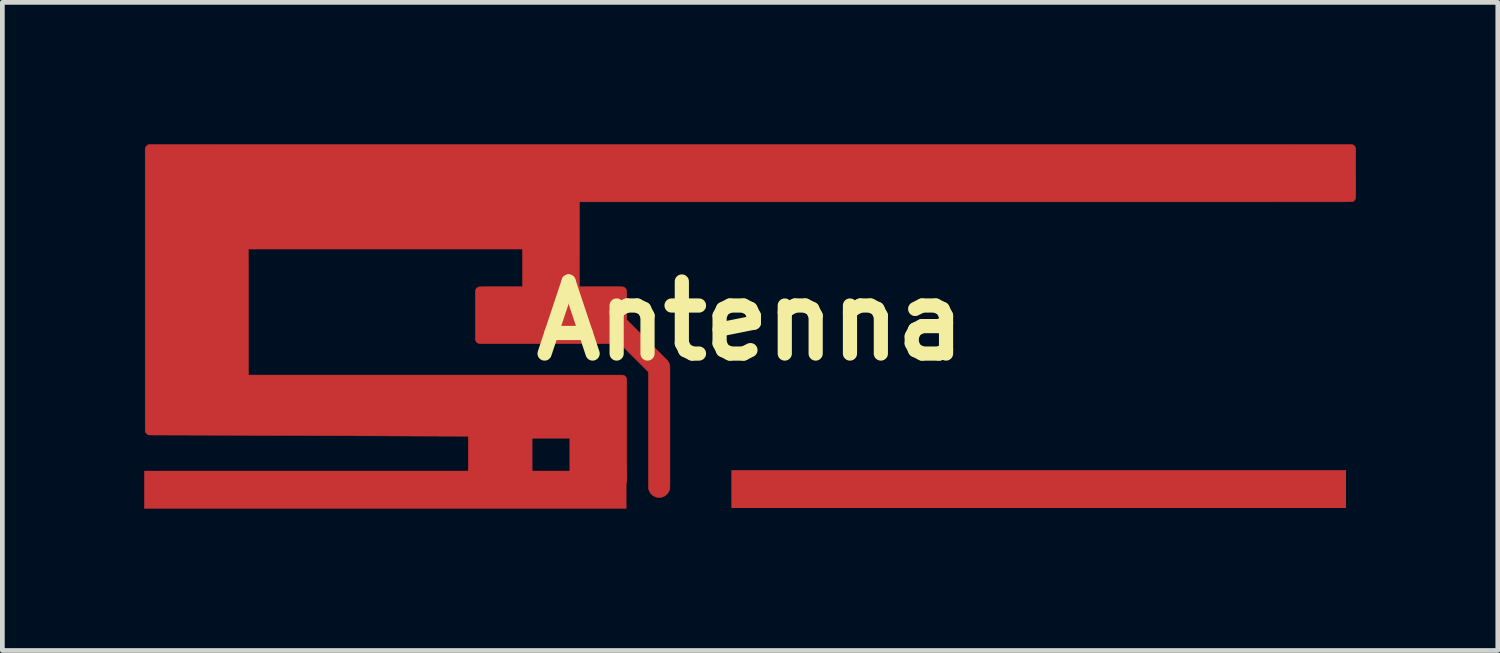
<source format=kicad_pcb>
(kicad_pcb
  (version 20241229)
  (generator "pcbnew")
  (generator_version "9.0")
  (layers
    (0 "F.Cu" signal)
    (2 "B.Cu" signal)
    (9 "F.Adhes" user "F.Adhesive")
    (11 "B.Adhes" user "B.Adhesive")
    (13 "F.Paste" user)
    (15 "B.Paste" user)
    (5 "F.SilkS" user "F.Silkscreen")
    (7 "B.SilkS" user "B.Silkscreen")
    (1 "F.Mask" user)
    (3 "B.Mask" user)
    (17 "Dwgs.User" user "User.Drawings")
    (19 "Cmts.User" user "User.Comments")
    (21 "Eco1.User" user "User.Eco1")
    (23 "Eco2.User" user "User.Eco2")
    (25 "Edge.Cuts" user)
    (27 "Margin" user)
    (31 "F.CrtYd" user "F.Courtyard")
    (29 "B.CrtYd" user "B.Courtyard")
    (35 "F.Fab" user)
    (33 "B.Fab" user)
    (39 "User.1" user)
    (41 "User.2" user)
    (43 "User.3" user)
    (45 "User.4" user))
  (footprint "Antenna"
    (layer "F.Cu")
    (at 12.822 3.738)
    (property "Reference" "Antenna" (at 0 0 0) (layer "F.SilkS") (effects (font (size 1.524 1.524) (thickness 0.3))))
    (attr through_hole)
    (fp_poly (pts (xy 1.294 -3.733) (xy 1.501 -3.733) (xy 1.705 -3.733) (xy 1.907 -3.733) (xy 2.107 -3.733) (xy 2.304 -3.733) (xy 2.498 -3.733) (xy 2.691 -3.733) (xy 2.881 -3.733) (xy 3.068 -3.733) (xy 3.254 -3.733) (xy 3.436 -3.733) (xy 3.617 -3.733) (xy 3.795 -3.733) (xy 3.971 -3.733) (xy 4.145 -3.733) (xy 4.317 -3.733) (xy 4.486 -3.733) (xy 4.653 -3.733) (xy 4.818 -3.733) (xy 4.98 -3.733) (xy 5.141 -3.733) (xy 5.299 -3.733) (xy 5.455 -3.733) (xy 5.609 -3.733) (xy 5.76 -3.733) (xy 5.91 -3.733) (xy 6.058 -3.733) (xy 6.203 -3.733) (xy 6.347 -3.733) (xy 6.488 -3.733) (xy 6.627 -3.733) (xy 6.764 -3.733) (xy 6.9 -3.733) (xy 7.033 -3.733) (xy 7.164 -3.733) (xy 7.293 -3.733) (xy 7.421 -3.733) (xy 7.546 -3.733) (xy 7.67 -3.733) (xy 7.791 -3.733) (xy 7.911 -3.733) (xy 8.028 -3.733) (xy 8.144 -3.733) (xy 8.258 -3.733) (xy 8.37 -3.733) (xy 8.481 -3.733) (xy 8.589 -3.733) (xy 8.696 -3.733) (xy 8.801 -3.733) (xy 8.904 -3.733) (xy 9.005 -3.733) (xy 9.105 -3.733) (xy 9.203 -3.733) (xy 9.299 -3.733) (xy 9.393 -3.733) (xy 9.486 -3.733) (xy 9.577 -3.733) (xy 9.667 -3.733) (xy 9.755 -3.733) (xy 9.841 -3.733) (xy 9.925 -3.733) (xy 10.008 -3.733) (xy 10.09 -3.733) (xy 10.17 -3.733) (xy 10.248 -3.733) (xy 10.324 -3.733) (xy 10.4 -3.733) (xy 10.473 -3.733) (xy 10.545 -3.733) (xy 10.616 -3.733) (xy 10.685 -3.733) (xy 10.753 -3.733) (xy 10.819 -3.733) (xy 10.884 -3.733) (xy 10.948 -3.733) (xy 11.01 -3.733) (xy 11.07 -3.733) (xy 11.129 -3.733) (xy 11.187 -3.733) (xy 11.244 -3.733) (xy 11.299 -3.733) (xy 11.353 -3.733) (xy 11.406 -3.733) (xy 11.457 -3.732) (xy 11.507 -3.732) (xy 11.556 -3.732) (xy 11.603 -3.732) (xy 11.65 -3.732) (xy 11.695 -3.732) (xy 11.739 -3.732) (xy 11.781 -3.732) (xy 11.823 -3.732) (xy 11.863 -3.732) (xy 11.902 -3.732) (xy 11.941 -3.732) (xy 11.978 -3.732) (xy 12.013 -3.732) (xy 12.048 -3.732) (xy 12.082 -3.732) (xy 12.115 -3.732) (xy 12.146 -3.732) (xy 12.177 -3.732) (xy 12.206 -3.732) (xy 12.235 -3.732) (xy 12.262 -3.732) (xy 12.289 -3.732) (xy 12.315 -3.732) (xy 12.339 -3.732) (xy 12.363 -3.732) (xy 12.386 -3.732) (xy 12.408 -3.732) (xy 12.429 -3.732) (xy 12.449 -3.732) (xy 12.469 -3.732) (xy 12.487 -3.732) (xy 12.505 -3.732) (xy 12.521 -3.732) (xy 12.537 -3.732) (xy 12.553 -3.732) (xy 12.567 -3.732) (xy 12.581 -3.732) (xy 12.594 -3.732) (xy 12.606 -3.732) (xy 12.618 -3.732) (xy 12.628 -3.732) (xy 12.639 -3.732) (xy 12.648 -3.732) (xy 12.657 -3.732) (xy 12.665 -3.732) (xy 12.673 -3.732) (xy 12.679 -3.732) (xy 12.686 -3.731) (xy 12.691 -3.731) (xy 12.697 -3.731) (xy 12.701 -3.731) (xy 12.705 -3.731) (xy 12.709 -3.731) (xy 12.712 -3.731) (xy 12.714 -3.731) (xy 12.716 -3.731) (xy 12.718 -3.731) (xy 12.719 -3.731) (xy 12.719 -3.731) (xy 12.72 -3.731) (xy 12.735 -3.727) (xy 12.75 -3.72) (xy 12.763 -3.711) (xy 12.775 -3.7) (xy 12.784 -3.688) (xy 12.793 -3.673) (xy 12.798 -3.659) (xy 12.801 -3.65) (xy 12.801 -3.131) (xy 12.802 -3.087) (xy 12.802 -3.046) (xy 12.802 -3.007) (xy 12.802 -2.97) (xy 12.802 -2.936) (xy 12.802 -2.904) (xy 12.802 -2.874) (xy 12.802 -2.846) (xy 12.802 -2.821) (xy 12.802 -2.797) (xy 12.802 -2.774) (xy 12.802 -2.754) (xy 12.802 -2.735) (xy 12.802 -2.718) (xy 12.801 -2.703) (xy 12.801 -2.688) (xy 12.801 -2.676) (xy 12.801 -2.664) (xy 12.801 -2.654) (xy 12.801 -2.645) (xy 12.801 -2.637) (xy 12.801 -2.63) (xy 12.801 -2.624) (xy 12.801 -2.619) (xy 12.801 -2.615) (xy 12.801 -2.611) (xy 12.8 -2.608) (xy 12.8 -2.606) (xy 12.8 -2.604) (xy 12.8 -2.602) (xy 12.8 -2.601) (xy 12.8 -2.601) (xy 12.796 -2.586) (xy 12.789 -2.572) (xy 12.781 -2.559) (xy 12.77 -2.547) (xy 12.769 -2.546) (xy 12.756 -2.536) (xy 12.743 -2.528) (xy 12.728 -2.523) (xy 12.724 -2.522) (xy 12.724 -2.522) (xy 12.724 -2.522) (xy 12.724 -2.522) (xy 12.723 -2.522) (xy 12.723 -2.522) (xy 12.722 -2.522) (xy 12.722 -2.522) (xy 12.721 -2.522) (xy 12.72 -2.521) (xy 12.719 -2.521) (xy 12.718 -2.521) (xy 12.716 -2.521) (xy 12.714 -2.521) (xy 12.712 -2.521) (xy 12.71 -2.521) (xy 12.708 -2.521) (xy 12.705 -2.521) (xy 12.702 -2.521) (xy 12.698 -2.521) (xy 12.695 -2.521) (xy 12.69 -2.521) (xy 12.686 -2.521) (xy 12.681 -2.521) (xy 12.676 -2.521) (xy 12.67 -2.521) (xy 12.663 -2.521) (xy 12.657 -2.521) (xy 12.649 -2.521) (xy 12.641 -2.521) (xy 12.633 -2.521) (xy 12.624 -2.521) (xy 12.615 -2.521) (xy 12.605 -2.52) (xy 12.594 -2.52) (xy 12.583 -2.52) (xy 12.571 -2.52) (xy 12.558 -2.52) (xy 12.545 -2.52) (xy 12.53 -2.52) (xy 12.516 -2.52) (xy 12.5 -2.52) (xy 12.484 -2.52) (xy 12.467 -2.52) (xy 12.449 -2.52) (xy 12.43 -2.52) (xy 12.411 -2.52) (xy 12.39 -2.52) (xy 12.369 -2.52) (xy 12.347 -2.52) (xy 12.324 -2.52) (xy 12.3 -2.52) (xy 12.275 -2.52) (xy 12.249 -2.52) (xy 12.222 -2.52) (xy 12.194 -2.52) (xy 12.165 -2.52) (xy 12.135 -2.52) (xy 12.104 -2.52) (xy 12.072 -2.52) (xy 12.039 -2.52) (xy 12.005 -2.52) (xy 11.969 -2.52) (xy 11.933 -2.52) (xy 11.895 -2.52) (xy 11.856 -2.52) (xy 11.816 -2.52) (xy 11.775 -2.52) (xy 11.732 -2.52) (xy 11.688 -2.52) (xy 11.643 -2.52) (xy 11.597 -2.52) (xy 11.549 -2.52) (xy 11.5 -2.52) (xy 11.449 -2.52) (xy 11.397 -2.52) (xy 11.344 -2.52) (xy 11.289 -2.52) (xy 11.233 -2.52) (xy 11.176 -2.52) (xy 11.117 -2.52) (xy 11.056 -2.519) (xy 10.994 -2.519) (xy 10.931 -2.519) (xy 10.866 -2.519) (xy 10.799 -2.519) (xy 10.731 -2.519) (xy 10.661 -2.519) (xy 10.59 -2.519) (xy 10.517 -2.519) (xy 10.442 -2.519) (xy 10.366 -2.519) (xy 10.288 -2.519) (xy 10.208 -2.519) (xy 10.127 -2.519) (xy 10.043 -2.519) (xy 9.958 -2.519) (xy 9.872 -2.519) (xy 9.783 -2.519) (xy 9.693 -2.519) (xy 9.6 -2.519) (xy 9.506 -2.519) (xy 9.41 -2.519) (xy 9.313 -2.519) (xy 9.213 -2.519) (xy 9.111 -2.519) (xy 9.008 -2.519) (xy 8.902 -2.519) (xy 8.794 -2.519) (xy 8.685 -2.519) (xy 8.573 -2.519) (xy 8.46 -2.519) (xy 8.344 -2.519) (xy 8.226 -2.519) (xy 8.106 -2.519) (xy 7.984 -2.519) (xy 7.86 -2.519) (xy 7.734 -2.519) (xy 7.605 -2.519) (xy 7.475 -2.519) (xy 7.342 -2.519) (xy 7.207 -2.519) (xy 7.069 -2.519) (xy 6.93 -2.519) (xy 6.788 -2.519) (xy 6.644 -2.519) (xy 6.497 -2.519) (xy 6.348 -2.519) (xy 6.197 -2.519) (xy 6.044 -2.519) (xy 5.888 -2.519) (xy 5.729 -2.519) (xy 5.569 -2.519) (xy 5.405 -2.519) (xy 5.24 -2.519) (xy 5.071 -2.519) (xy 4.901 -2.519) (xy 4.728 -2.519) (xy 4.552 -2.519) (xy 4.548 -2.519) (xy -3.617 -2.519) (xy -3.617 -1.621) (xy -3.618 -0.723) (xy -3.163 -0.723) (xy -3.122 -0.723) (xy -3.084 -0.723) (xy -3.048 -0.723) (xy -3.014 -0.723) (xy -2.983 -0.723) (xy -2.953 -0.723) (xy -2.926 -0.723) (xy -2.901 -0.723) (xy -2.877 -0.723) (xy -2.856 -0.723) (xy -2.836 -0.723) (xy -2.818 -0.723) (xy -2.801 -0.723) (xy -2.786 -0.723) (xy -2.773 -0.723) (xy -2.76 -0.723) (xy -2.75 -0.723) (xy -2.74 -0.723) (xy -2.731 -0.722) (xy -2.724 -0.722) (xy -2.717 -0.722) (xy -2.711 -0.722) (xy -2.707 -0.721) (xy -2.702 -0.721) (xy -2.699 -0.721) (xy -2.696 -0.721) (xy -2.693 -0.72) (xy -2.691 -0.72) (xy -2.689 -0.719) (xy -2.688 -0.719) (xy -2.686 -0.718) (xy -2.685 -0.718) (xy -2.684 -0.717) (xy -2.682 -0.717) (xy -2.681 -0.716) (xy -2.68 -0.716) (xy -2.667 -0.709) (xy -2.654 -0.701) (xy -2.643 -0.69) (xy -2.634 -0.678) (xy -2.626 -0.665) (xy -2.624 -0.659) (xy -2.623 -0.657) (xy -2.622 -0.656) (xy -2.621 -0.654) (xy -2.621 -0.653) (xy -2.62 -0.651) (xy -2.62 -0.649) (xy -2.619 -0.647) (xy -2.619 -0.644) (xy -2.619 -0.641) (xy -2.618 -0.637) (xy -2.618 -0.633) (xy -2.618 -0.627) (xy -2.618 -0.621) (xy -2.617 -0.614) (xy -2.617 -0.605) (xy -2.617 -0.595) (xy -2.617 -0.584) (xy -2.617 -0.572) (xy -2.617 -0.558) (xy -2.617 -0.542) (xy -2.617 -0.525) (xy -2.617 -0.506) (xy -2.617 -0.485) (xy -2.617 -0.462) (xy -2.617 -0.437) (xy -2.617 -0.409) (xy -2.617 -0.38) (xy -2.617 -0.348) (xy -2.617 -0.33) (xy -2.617 -0.026) (xy -2.192 0.399) (xy -2.164 0.427) (xy -2.136 0.454) (xy -2.11 0.481) (xy -2.083 0.507) (xy -2.058 0.533) (xy -2.033 0.558) (xy -2.008 0.582) (xy -1.985 0.606) (xy -1.962 0.629) (xy -1.94 0.651) (xy -1.919 0.672) (xy -1.899 0.692) (xy -1.88 0.711) (xy -1.862 0.729) (xy -1.846 0.745) (xy -1.83 0.761) (xy -1.816 0.775) (xy -1.804 0.788) (xy -1.792 0.799) (xy -1.782 0.809) (xy -1.774 0.818) (xy -1.767 0.825) (xy -1.762 0.83) (xy -1.758 0.833) (xy -1.757 0.835) (xy -1.757 0.835) (xy -1.742 0.855) (xy -1.729 0.875) (xy -1.719 0.897) (xy -1.711 0.919) (xy -1.706 0.943) (xy -1.705 0.949) (xy -1.704 0.949) (xy -1.704 0.951) (xy -1.704 0.952) (xy -1.704 0.954) (xy -1.704 0.957) (xy -1.704 0.96) (xy -1.704 0.963) (xy -1.704 0.968) (xy -1.704 0.972) (xy -1.704 0.978) (xy -1.704 0.984) (xy -1.704 0.992) (xy -1.703 1) (xy -1.703 1.009) (xy -1.703 1.019) (xy -1.703 1.03) (xy -1.703 1.041) (xy -1.703 1.054) (xy -1.703 1.069) (xy -1.703 1.084) (xy -1.703 1.101) (xy -1.703 1.118) (xy -1.703 1.138) (xy -1.703 1.158) (xy -1.703 1.18) (xy -1.703 1.203) (xy -1.703 1.228) (xy -1.703 1.255) (xy -1.703 1.283) (xy -1.703 1.312) (xy -1.703 1.344) (xy -1.703 1.377) (xy -1.703 1.412) (xy -1.703 1.448) (xy -1.703 1.487) (xy -1.703 1.527) (xy -1.703 1.57) (xy -1.703 1.614) (xy -1.703 1.661) (xy -1.703 1.71) (xy -1.703 1.76) (xy -1.703 1.813) (xy -1.703 1.868) (xy -1.703 1.926) (xy -1.703 1.986) (xy -1.703 2.048) (xy -1.703 2.18) (xy -1.703 2.243) (xy -1.703 2.313) (xy -1.703 2.38) (xy -1.703 2.444) (xy -1.703 2.506) (xy -1.703 2.566) (xy -1.703 2.623) (xy -1.703 2.679) (xy -1.703 2.731) (xy -1.703 2.782) (xy -1.703 2.831) (xy -1.703 2.877) (xy -1.703 2.921) (xy -1.703 2.964) (xy -1.703 3.004) (xy -1.703 3.043) (xy -1.703 3.079) (xy -1.703 3.114) (xy -1.703 3.147) (xy -1.703 3.178) (xy -1.703 3.208) (xy -1.703 3.236) (xy -1.703 3.262) (xy -1.703 3.287) (xy -1.703 3.31) (xy -1.703 3.332) (xy -1.703 3.353) (xy -1.703 3.372) (xy -1.703 3.389) (xy -1.703 3.406) (xy -1.703 3.421) (xy -1.703 3.435) (xy -1.703 3.448) (xy -1.703 3.46) (xy -1.703 3.471) (xy -1.703 3.481) (xy -1.704 3.49) (xy -1.704 3.498) (xy -1.704 3.505) (xy -1.704 3.511) (xy -1.704 3.516) (xy -1.704 3.521) (xy -1.704 3.525) (xy -1.704 3.529) (xy -1.704 3.532) (xy -1.704 3.534) (xy -1.704 3.536) (xy -1.704 3.537) (xy -1.705 3.538) (xy -1.705 3.539) (xy -1.709 3.562) (xy -1.717 3.585) (xy -1.726 3.607) (xy -1.737 3.627) (xy -1.751 3.646) (xy -1.766 3.664) (xy -1.783 3.68) (xy -1.802 3.694) (xy -1.822 3.706) (xy -1.843 3.717) (xy -1.855 3.721) (xy -1.872 3.726) (xy -1.89 3.73) (xy -1.909 3.733) (xy -1.928 3.734) (xy -1.945 3.734) (xy -1.948 3.733) (xy -1.972 3.73) (xy -1.996 3.724) (xy -2.018 3.716) (xy -2.04 3.706) (xy -2.06 3.693) (xy -2.079 3.679) (xy -2.087 3.671) (xy -2.104 3.654) (xy -2.119 3.635) (xy -2.131 3.614) (xy -2.141 3.593) (xy -2.15 3.569) (xy -2.155 3.549) (xy -2.158 3.535) (xy -2.158 2.307) (xy -2.158 1.079) (xy -2.458 0.779) (xy -2.757 0.48) (xy -4.245 0.48) (xy -4.527 0.48) (xy -4.591 0.48) (xy -4.654 0.48) (xy -4.713 0.48) (xy -4.771 0.48) (xy -4.827 0.48) (xy -4.88 0.48) (xy -4.931 0.48) (xy -4.98 0.48) (xy -5.027 0.48) (xy -5.072 0.48) (xy -5.115 0.48) (xy -5.156 0.48) (xy -5.196 0.48) (xy -5.233 0.48) (xy -5.269 0.48) (xy -5.303 0.48) (xy -5.335 0.48) (xy -5.366 0.48) (xy -5.395 0.48) (xy -5.422 0.48) (xy -5.448 0.48) (xy -5.473 0.48) (xy -5.496 0.48) (xy -5.517 0.48) (xy -5.538 0.48) (xy -5.557 0.48) (xy -5.575 0.48) (xy -5.591 0.48) (xy -5.607 0.48) (xy -5.621 0.48) (xy -5.634 0.48) (xy -5.646 0.479) (xy -5.658 0.479) (xy -5.668 0.479) (xy -5.677 0.479) (xy -5.686 0.479) (xy -5.693 0.479) (xy -5.7 0.479) (xy -5.707 0.479) (xy -5.712 0.479) (xy -5.717 0.479) (xy -5.721 0.479) (xy -5.725 0.479) (xy -5.728 0.479) (xy -5.731 0.479) (xy -5.733 0.478) (xy -5.735 0.478) (xy -5.737 0.478) (xy -5.738 0.478) (xy -5.739 0.478) (xy -5.74 0.478) (xy -5.741 0.478) (xy -5.741 0.478) (xy -5.742 0.478) (xy -5.742 0.478) (xy -5.757 0.472) (xy -5.771 0.465) (xy -5.784 0.456) (xy -5.795 0.445) (xy -5.804 0.432) (xy -5.811 0.417) (xy -5.816 0.403) (xy -5.817 0.402) (xy -5.817 0.401) (xy -5.817 0.399) (xy -5.817 0.397) (xy -5.817 0.394) (xy -5.817 0.39) (xy -5.817 0.386) (xy -5.818 0.381) (xy -5.818 0.375) (xy -5.818 0.369) (xy -5.818 0.361) (xy -5.818 0.352) (xy -5.818 0.342) (xy -5.818 0.33) (xy -5.818 0.317) (xy -5.818 0.303) (xy -5.818 0.288) (xy -5.818 0.271) (xy -5.818 0.252) (xy -5.818 0.231) (xy -5.818 0.209) (xy -5.818 0.185) (xy -5.818 0.159) (xy -5.818 0.131) (xy -5.818 0.101) (xy -5.818 0.069) (xy -5.818 0.034) (xy -5.818 -0.002) (xy -5.818 -0.041) (xy -5.818 -0.083) (xy -5.818 -0.121) (xy -5.818 -0.164) (xy -5.818 -0.206) (xy -5.818 -0.244) (xy -5.818 -0.281) (xy -5.818 -0.315) (xy -5.818 -0.347) (xy -5.818 -0.377) (xy -5.818 -0.405) (xy -5.818 -0.431) (xy -5.818 -0.455) (xy -5.818 -0.477) (xy -5.818 -0.497) (xy -5.818 -0.516) (xy -5.818 -0.533) (xy -5.818 -0.548) (xy -5.818 -0.562) (xy -5.818 -0.575) (xy -5.818 -0.586) (xy -5.818 -0.596) (xy -5.818 -0.605) (xy -5.818 -0.613) (xy -5.818 -0.619) (xy -5.818 -0.625) (xy -5.817 -0.63) (xy -5.817 -0.634) (xy -5.817 -0.637) (xy -5.817 -0.64) (xy -5.817 -0.642) (xy -5.817 -0.643) (xy -5.817 -0.644) (xy -5.817 -0.645) (xy -5.812 -0.66) (xy -5.805 -0.674) (xy -5.796 -0.686) (xy -5.785 -0.698) (xy -5.772 -0.707) (xy -5.758 -0.715) (xy -5.743 -0.72) (xy -5.742 -0.72) (xy -5.741 -0.721) (xy -5.74 -0.721) (xy -5.739 -0.721) (xy -5.737 -0.721) (xy -5.735 -0.721) (xy -5.732 -0.721) (xy -5.729 -0.722) (xy -5.725 -0.722) (xy -5.72 -0.722) (xy -5.714 -0.722) (xy -5.708 -0.722) (xy -5.701 -0.722) (xy -5.692 -0.722) (xy -5.682 -0.722) (xy -5.671 -0.722) (xy -5.659 -0.722) (xy -5.645 -0.723) (xy -5.63 -0.723) (xy -5.614 -0.723) (xy -5.595 -0.723) (xy -5.575 -0.723) (xy -5.554 -0.723) (xy -5.53 -0.723) (xy -5.504 -0.723) (xy -5.477 -0.723) (xy -5.447 -0.723) (xy -5.415 -0.723) (xy -5.381 -0.723) (xy -5.344 -0.723) (xy -5.305 -0.723) (xy -5.278 -0.723) (xy -4.821 -0.723) (xy -4.821 -1.521) (xy -10.618 -1.521) (xy -10.617 -0.189) (xy -10.617 1.144) (xy -6.66 1.144) (xy -6.538 1.144) (xy -6.418 1.144) (xy -6.301 1.144) (xy -6.186 1.144) (xy -6.073 1.144) (xy -5.963 1.144) (xy -5.856 1.144) (xy -5.75 1.144) (xy -5.648 1.144) (xy -5.547 1.144) (xy -5.449 1.144) (xy -5.353 1.144) (xy -5.259 1.144) (xy -5.168 1.144) (xy -5.078 1.144) (xy -4.991 1.144) (xy -4.906 1.144) (xy -4.823 1.144) (xy -4.742 1.144) (xy -4.664 1.144) (xy -4.587 1.144) (xy -4.512 1.144) (xy -4.439 1.144) (xy -4.369 1.144) (xy -4.3 1.144) (xy -4.233 1.144) (xy -4.168 1.144) (xy -4.104 1.144) (xy -4.043 1.144) (xy -3.983 1.144) (xy -3.926 1.144) (xy -3.869 1.144) (xy -3.815 1.144) (xy -3.762 1.144) (xy -3.711 1.144) (xy -3.662 1.144) (xy -3.614 1.145) (xy -3.568 1.145) (xy -3.523 1.145) (xy -3.48 1.145) (xy -3.439 1.145) (xy -3.398 1.145) (xy -3.36 1.145) (xy -3.322 1.145) (xy -3.287 1.145) (xy -3.252 1.145) (xy -3.219 1.145) (xy -3.187 1.145) (xy -3.157 1.145) (xy -3.127 1.145) (xy -3.099 1.145) (xy -3.073 1.145) (xy -3.047 1.145) (xy -3.023 1.145) (xy -2.999 1.145) (xy -2.977 1.145) (xy -2.956 1.145) (xy -2.936 1.145) (xy -2.917 1.145) (xy -2.899 1.145) (xy -2.882 1.145) (xy -2.866 1.145) (xy -2.85 1.145) (xy -2.836 1.145) (xy -2.823 1.145) (xy -2.81 1.145) (xy -2.799 1.145) (xy -2.788 1.145) (xy -2.777 1.145) (xy -2.768 1.145) (xy -2.759 1.146) (xy -2.751 1.146) (xy -2.744 1.146) (xy -2.737 1.146) (xy -2.731 1.146) (xy -2.725 1.146) (xy -2.72 1.146) (xy -2.716 1.146) (xy -2.712 1.146) (xy -2.708 1.146) (xy -2.705 1.146) (xy -2.703 1.146) (xy -2.701 1.146) (xy -2.699 1.146) (xy -2.697 1.146) (xy -2.696 1.146) (xy -2.695 1.146) (xy -2.695 1.146) (xy -2.694 1.146) (xy -2.679 1.151) (xy -2.665 1.158) (xy -2.653 1.167) (xy -2.642 1.178) (xy -2.633 1.19) (xy -2.625 1.204) (xy -2.62 1.219) (xy -2.619 1.222) (xy -2.619 1.222) (xy -2.619 1.223) (xy -2.619 1.224) (xy -2.619 1.225) (xy -2.619 1.226) (xy -2.618 1.228) (xy -2.618 1.229) (xy -2.618 1.231) (xy -2.618 1.234) (xy -2.618 1.237) (xy -2.618 1.241) (xy -2.618 1.245) (xy -2.618 1.25) (xy -2.618 1.255) (xy -2.618 1.261) (xy -2.617 1.268) (xy -2.617 1.276) (xy -2.617 1.285) (xy -2.617 1.294) (xy -2.617 1.305) (xy -2.617 1.316) (xy -2.617 1.329) (xy -2.617 1.343) (xy -2.617 1.358) (xy -2.617 1.374) (xy -2.617 1.392) (xy -2.617 1.411) (xy -2.617 1.431) (xy -2.617 1.453) (xy -2.617 1.476) (xy -2.617 1.501) (xy -2.617 1.528) (xy -2.617 1.556) (xy -2.617 1.586) (xy -2.617 1.617) (xy -2.617 1.651) (xy -2.617 1.686) (xy -2.617 1.723) (xy -2.617 1.762) (xy -2.617 1.803) (xy -2.617 1.846) (xy -2.617 1.892) (xy -2.617 1.939) (xy -2.617 1.989) (xy -2.617 2.041) (xy -2.617 2.095) (xy -2.617 2.152) (xy -2.617 2.211) (xy -2.617 2.436) (xy -2.617 2.494) (xy -2.617 2.55) (xy -2.617 2.603) (xy -2.617 2.654) (xy -2.617 2.703) (xy -2.617 2.75) (xy -2.617 2.794) (xy -2.617 2.837) (xy -2.617 2.877) (xy -2.617 2.915) (xy -2.617 2.952) (xy -2.617 2.986) (xy -2.617 3.019) (xy -2.617 3.05) (xy -2.617 3.079) (xy -2.617 3.107) (xy -2.617 3.132) (xy -2.617 3.157) (xy -2.617 3.179) (xy -2.617 3.201) (xy -2.617 3.22) (xy -2.617 3.239) (xy -2.617 3.256) (xy -2.617 3.272) (xy -2.617 3.286) (xy -2.617 3.3) (xy -2.617 3.312) (xy -2.617 3.323) (xy -2.617 3.334) (xy -2.617 3.343) (xy -2.617 3.351) (xy -2.618 3.359) (xy -2.618 3.365) (xy -2.618 3.371) (xy -2.618 3.376) (xy -2.618 3.381) (xy -2.618 3.385) (xy -2.618 3.388) (xy -2.618 3.391) (xy -2.618 3.393) (xy -2.618 3.395) (xy -2.618 3.397) (xy -2.619 3.398) (xy -2.619 3.399) (xy -2.619 3.4) (xy -2.619 3.401) (xy -2.619 3.402) (xy -2.619 3.402) (xy -2.624 3.418) (xy -2.631 3.432) (xy -2.64 3.444) (xy -2.651 3.455) (xy -2.664 3.465) (xy -2.678 3.472) (xy -2.693 3.477) (xy -2.694 3.477) (xy -2.695 3.477) (xy -2.696 3.478) (xy -2.697 3.478) (xy -2.698 3.478) (xy -2.7 3.478) (xy -2.702 3.478) (xy -2.705 3.478) (xy -2.708 3.478) (xy -2.712 3.479) (xy -2.716 3.479) (xy -2.722 3.479) (xy -2.728 3.479) (xy -2.735 3.479) (xy -2.743 3.479) (xy -2.752 3.479) (xy -2.763 3.479) (xy -2.774 3.479) (xy -2.787 3.479) (xy -2.801 3.479) (xy -2.817 3.479) (xy -2.834 3.479) (xy -2.853 3.479) (xy -2.874 3.479) (xy -2.896 3.48) (xy -2.92 3.48) (xy -2.946 3.48) (xy -2.974 3.48) (xy -3.005 3.48) (xy -3.037 3.48) (xy -3.071 3.48) (xy -3.108 3.48) (xy -3.147 3.48) (xy -3.262 3.48) (xy -3.302 3.48) (xy -3.341 3.48) (xy -3.377 3.48) (xy -3.41 3.48) (xy -3.442 3.48) (xy -3.471 3.48) (xy -3.499 3.48) (xy -3.524 3.48) (xy -3.548 3.479) (xy -3.57 3.479) (xy -3.59 3.479) (xy -3.608 3.479) (xy -3.625 3.479) (xy -3.64 3.479) (xy -3.654 3.479) (xy -3.666 3.479) (xy -3.677 3.479) (xy -3.687 3.479) (xy -3.696 3.479) (xy -3.704 3.479) (xy -3.711 3.479) (xy -3.717 3.479) (xy -3.722 3.479) (xy -3.726 3.479) (xy -3.73 3.478) (xy -3.733 3.478) (xy -3.735 3.478) (xy -3.737 3.478) (xy -3.739 3.478) (xy -3.74 3.478) (xy -3.741 3.478) (xy -3.742 3.477) (xy -3.743 3.477) (xy -3.744 3.477) (xy -3.758 3.472) (xy -3.772 3.465) (xy -3.784 3.456) (xy -3.795 3.446) (xy -3.797 3.444) (xy -3.802 3.437) (xy -3.807 3.428) (xy -3.812 3.418) (xy -3.816 3.409) (xy -3.817 3.405) (xy -3.817 3.404) (xy -3.818 3.403) (xy -3.818 3.402) (xy -3.818 3.4) (xy -3.818 3.398) (xy -3.818 3.395) (xy -3.818 3.392) (xy -3.818 3.388) (xy -3.819 3.384) (xy -3.819 3.379) (xy -3.819 3.372) (xy -3.819 3.365) (xy -3.819 3.357) (xy -3.819 3.347) (xy -3.819 3.336) (xy -3.819 3.324) (xy -3.819 3.311) (xy -3.819 3.296) (xy -3.819 3.28) (xy -3.819 3.261) (xy -3.819 3.242) (xy -3.819 3.22) (xy -3.819 3.197) (xy -3.82 3.172) (xy -3.82 3.144) (xy -3.82 3.115) (xy -3.82 3.083) (xy -3.82 3.049) (xy -3.82 3.013) (xy -3.82 2.975) (xy -3.82 2.938) (xy -3.82 2.48) (xy -4.618 2.48) (xy -4.618 2.933) (xy -4.618 2.974) (xy -4.618 3.013) (xy -4.618 3.049) (xy -4.618 3.082) (xy -4.618 3.114) (xy -4.618 3.143) (xy -4.618 3.171) (xy -4.618 3.196) (xy -4.618 3.219) (xy -4.618 3.241) (xy -4.618 3.26) (xy -4.618 3.279) (xy -4.618 3.295) (xy -4.618 3.31) (xy -4.618 3.323) (xy -4.618 3.336) (xy -4.618 3.347) (xy -4.618 3.356) (xy -4.619 3.365) (xy -4.619 3.372) (xy -4.619 3.379) (xy -4.619 3.385) (xy -4.619 3.389) (xy -4.62 3.394) (xy -4.62 3.397) (xy -4.62 3.4) (xy -4.621 3.403) (xy -4.621 3.405) (xy -4.621 3.406) (xy -4.622 3.408) (xy -4.622 3.409) (xy -4.623 3.411) (xy -4.623 3.412) (xy -4.624 3.413) (xy -4.625 3.415) (xy -4.631 3.427) (xy -4.639 3.44) (xy -4.648 3.451) (xy -4.659 3.46) (xy -4.66 3.461) (xy -4.668 3.466) (xy -4.677 3.471) (xy -4.686 3.475) (xy -4.694 3.477) (xy -4.695 3.477) (xy -4.696 3.477) (xy -4.697 3.478) (xy -4.698 3.478) (xy -4.699 3.478) (xy -4.701 3.478) (xy -4.703 3.478) (xy -4.706 3.478) (xy -4.709 3.478) (xy -4.713 3.479) (xy -4.718 3.479) (xy -4.723 3.479) (xy -4.729 3.479) (xy -4.736 3.479) (xy -4.744 3.479) (xy -4.753 3.479) (xy -4.763 3.479) (xy -4.775 3.479) (xy -4.787 3.479) (xy -4.801 3.479) (xy -4.816 3.479) (xy -4.833 3.479) (xy -4.851 3.479) (xy -4.871 3.479) (xy -4.893 3.479) (xy -4.916 3.479) (xy -4.941 3.48) (xy -4.968 3.48) (xy -4.997 3.48) (xy -5.028 3.48) (xy -5.061 3.48) (xy -5.096 3.48) (xy -5.133 3.48) (xy -5.173 3.48) (xy -5.215 3.48) (xy -5.293 3.48) (xy -5.34 3.48) (xy -5.384 3.48) (xy -5.426 3.48) (xy -5.465 3.48) (xy -5.502 3.48) (xy -5.537 3.48) (xy -5.569 3.48) (xy -5.6 3.48) (xy -5.628 3.479) (xy -5.655 3.479) (xy -5.68 3.479) (xy -5.703 3.479) (xy -5.724 3.479) (xy -5.743 3.479) (xy -5.761 3.479) (xy -5.778 3.479) (xy -5.793 3.479) (xy -5.806 3.479) (xy -5.818 3.479) (xy -5.829 3.479) (xy -5.839 3.479) (xy -5.848 3.479) (xy -5.856 3.479) (xy -5.862 3.479) (xy -5.868 3.479) (xy -5.873 3.479) (xy -5.877 3.478) (xy -5.881 3.478) (xy -5.884 3.478) (xy -5.886 3.478) (xy -5.888 3.478) (xy -5.889 3.478) (xy -5.89 3.478) (xy -5.891 3.477) (xy -5.906 3.473) (xy -5.92 3.466) (xy -5.932 3.457) (xy -5.943 3.446) (xy -5.953 3.434) (xy -5.96 3.42) (xy -5.965 3.406) (xy -5.966 3.404) (xy -5.966 3.403) (xy -5.966 3.403) (xy -5.966 3.401) (xy -5.967 3.4) (xy -5.967 3.399) (xy -5.967 3.397) (xy -5.967 3.394) (xy -5.967 3.392) (xy -5.967 3.388) (xy -5.967 3.384) (xy -5.967 3.379) (xy -5.968 3.373) (xy -5.968 3.367) (xy -5.968 3.359) (xy -5.968 3.35) (xy -5.968 3.341) (xy -5.968 3.33) (xy -5.968 3.317) (xy -5.968 3.304) (xy -5.968 3.288) (xy -5.968 3.272) (xy -5.968 3.253) (xy -5.968 3.233) (xy -5.968 3.212) (xy -5.968 3.188) (xy -5.968 3.163) (xy -5.968 3.135) (xy -5.968 3.106) (xy -5.968 3.074) (xy -5.968 3.04) (xy -5.968 3.003) (xy -5.968 2.965) (xy -5.968 2.924) (xy -5.968 2.917) (xy -5.968 2.439) (xy -6.012 2.438) (xy -6.017 2.438) (xy -6.024 2.438) (xy -6.034 2.438) (xy -6.046 2.438) (xy -6.06 2.438) (xy -6.076 2.438) (xy -6.094 2.438) (xy -6.113 2.438) (xy -6.134 2.437) (xy -6.157 2.437) (xy -6.182 2.437) (xy -6.207 2.437) (xy -6.234 2.437) (xy -6.262 2.437) (xy -6.29 2.437) (xy -6.32 2.437) (xy -6.35 2.437) (xy -6.381 2.436) (xy -6.413 2.436) (xy -6.444 2.436) (xy -6.48 2.436) (xy -6.517 2.436) (xy -6.555 2.436) (xy -6.594 2.436) (xy -6.634 2.435) (xy -6.674 2.435) (xy -6.715 2.435) (xy -6.756 2.435) (xy -6.796 2.435) (xy -6.836 2.435) (xy -6.876 2.435) (xy -6.915 2.434) (xy -6.952 2.434) (xy -6.988 2.434) (xy -7.023 2.434) (xy -7.056 2.434) (xy -7.087 2.434) (xy -7.116 2.434) (xy -7.128 2.434) (xy -7.159 2.433) (xy -7.192 2.433) (xy -7.226 2.433) (xy -7.263 2.433) (xy -7.301 2.433) (xy -7.34 2.433) (xy -7.38 2.433) (xy -7.421 2.432) (xy -7.461 2.432) (xy -7.502 2.432) (xy -7.543 2.432) (xy -7.582 2.432) (xy -7.621 2.432) (xy -7.659 2.431) (xy -7.696 2.431) (xy -7.73 2.431) (xy -7.749 2.431) (xy -7.783 2.431) (xy -7.819 2.431) (xy -7.857 2.431) (xy -7.896 2.43) (xy -7.936 2.43) (xy -7.978 2.43) (xy -8.02 2.43) (xy -8.062 2.43) (xy -8.105 2.43) (xy -8.147 2.429) (xy -8.188 2.429) (xy -8.228 2.429) (xy -8.268 2.429) (xy -8.305 2.429) (xy -8.341 2.429) (xy -8.375 2.429) (xy -8.389 2.428) (xy -8.443 2.428) (xy -8.499 2.428) (xy -8.556 2.428) (xy -8.615 2.428) (xy -8.675 2.427) (xy -8.737 2.427) (xy -8.801 2.427) (xy -8.866 2.427) (xy -8.934 2.426) (xy -9.003 2.426) (xy -9.074 2.426) (xy -9.147 2.425) (xy -9.222 2.425) (xy -9.3 2.425) (xy -9.38 2.424) (xy -9.462 2.424) (xy -9.546 2.424) (xy -9.634 2.423) (xy -9.659 2.423) (xy -9.693 2.423) (xy -9.728 2.423) (xy -9.766 2.423) (xy -9.805 2.423) (xy -9.845 2.423) (xy -9.887 2.422) (xy -9.929 2.422) (xy -9.971 2.422) (xy -10.013 2.422) (xy -10.055 2.422) (xy -10.096 2.422) (xy -10.136 2.421) (xy -10.175 2.421) (xy -10.213 2.421) (xy -10.248 2.421) (xy -10.282 2.421) (xy -10.289 2.421) (xy -10.321 2.421) (xy -10.356 2.421) (xy -10.392 2.42) (xy -10.43 2.42) (xy -10.469 2.42) (xy -10.509 2.42) (xy -10.551 2.42) (xy -10.592 2.42) (xy -10.634 2.419) (xy -10.676 2.419) (xy -10.718 2.419) (xy -10.759 2.419) (xy -10.799 2.419) (xy -10.838 2.419) (xy -10.875 2.418) (xy -10.91 2.418) (xy -10.934 2.418) (xy -10.967 2.418) (xy -11.002 2.418) (xy -11.039 2.418) (xy -11.076 2.418) (xy -11.114 2.418) (xy -11.153 2.417) (xy -11.192 2.417) (xy -11.231 2.417) (xy -11.27 2.417) (xy -11.308 2.417) (xy -11.346 2.417) (xy -11.382 2.416) (xy -11.418 2.416) (xy -11.451 2.416) (xy -11.483 2.416) (xy -11.513 2.416) (xy -11.54 2.416) (xy -11.564 2.416) (xy -11.589 2.415) (xy -11.617 2.415) (xy -11.648 2.415) (xy -11.679 2.415) (xy -11.713 2.415) (xy -11.748 2.415) (xy -11.784 2.415) (xy -11.822 2.415) (xy -11.86 2.415) (xy -11.899 2.414) (xy -11.938 2.414) (xy -11.978 2.414) (xy -12.019 2.414) (xy -12.059 2.414) (xy -12.099 2.414) (xy -12.138 2.414) (xy -12.177 2.414) (xy -12.216 2.414) (xy -12.253 2.414) (xy -12.263 2.414) (xy -12.304 2.414) (xy -12.343 2.413) (xy -12.38 2.413) (xy -12.414 2.413) (xy -12.446 2.413) (xy -12.476 2.413) (xy -12.504 2.413) (xy -12.529 2.413) (xy -12.553 2.413) (xy -12.575 2.413) (xy -12.595 2.413) (xy -12.613 2.413) (xy -12.629 2.413) (xy -12.644 2.413) (xy -12.657 2.413) (xy -12.669 2.412) (xy -12.679 2.412) (xy -12.688 2.412) (xy -12.696 2.412) (xy -12.703 2.412) (xy -12.708 2.412) (xy -12.713 2.412) (xy -12.716 2.412) (xy -12.719 2.411) (xy -12.721 2.411) (xy -12.721 2.411) (xy -12.735 2.407) (xy -12.747 2.402) (xy -12.759 2.394) (xy -12.771 2.384) (xy -12.771 2.384) (xy -12.78 2.374) (xy -12.787 2.365) (xy -12.792 2.354) (xy -12.797 2.343) (xy -12.801 2.331) (xy -12.801 -3.649) (xy -12.798 -3.659) (xy -12.792 -3.674) (xy -12.784 -3.688) (xy -12.774 -3.701) (xy -12.762 -3.711) (xy -12.749 -3.72) (xy -12.735 -3.727) (xy -12.72 -3.731) (xy -12.72 -3.731) (xy -12.719 -3.731) (xy -12.718 -3.731) (xy -12.716 -3.731) (xy -12.714 -3.731) (xy -12.712 -3.731) (xy -12.709 -3.731) (xy -12.706 -3.731) (xy -12.702 -3.731) (xy -12.698 -3.731) (xy -12.693 -3.731) (xy -12.688 -3.731) (xy -12.682 -3.731) (xy -12.676 -3.732) (xy -12.669 -3.732) (xy -12.662 -3.732) (xy -12.654 -3.732) (xy -12.645 -3.732) (xy -12.636 -3.732) (xy -12.626 -3.732) (xy -12.615 -3.732) (xy -12.604 -3.732) (xy -12.592 -3.732) (xy -12.58 -3.732) (xy -12.566 -3.732) (xy -12.552 -3.732) (xy -12.538 -3.732) (xy -12.522 -3.732) (xy -12.506 -3.732) (xy -12.489 -3.732) (xy -12.471 -3.732) (xy -12.453 -3.732) (xy -12.433 -3.732) (xy -12.413 -3.732) (xy -12.392 -3.732) (xy -12.37 -3.732) (xy -12.347 -3.732) (xy -12.323 -3.732) (xy -12.299 -3.732) (xy -12.273 -3.732) (xy -12.247 -3.732) (xy -12.219 -3.732) (xy -12.191 -3.732) (xy -12.161 -3.732) (xy -12.131 -3.732) (xy -12.1 -3.732) (xy -12.067 -3.732) (xy -12.034 -3.732) (xy -11.999 -3.732) (xy -11.964 -3.732) (xy -11.927 -3.732) (xy -11.889 -3.732) (xy -11.85 -3.732) (xy -11.81 -3.732) (xy -11.769 -3.732) (xy -11.727 -3.732) (xy -11.684 -3.732) (xy -11.639 -3.732) (xy -11.593 -3.732) (xy -11.546 -3.732) (xy -11.498 -3.732) (xy -11.448 -3.733) (xy -11.398 -3.733) (xy -11.346 -3.733) (xy -11.292 -3.733) (xy -11.238 -3.733) (xy -11.182 -3.733) (xy -11.125 -3.733) (xy -11.066 -3.733) (xy -11.006 -3.733) (xy -10.945 -3.733) (xy -10.882 -3.733) (xy -10.818 -3.733) (xy -10.753 -3.733) (xy -10.686 -3.733) (xy -10.618 -3.733) (xy -10.548 -3.733) (xy -10.476 -3.733) (xy -10.404 -3.733) (xy -10.329 -3.733) (xy -10.254 -3.733) (xy -10.176 -3.733) (xy -10.098 -3.733) (xy -10.017 -3.733) (xy -9.935 -3.733) (xy -9.852 -3.733) (xy -9.766 -3.733) (xy -9.68 -3.733) (xy -9.591 -3.733) (xy -9.501 -3.733) (xy -9.41 -3.733) (xy -9.316 -3.733) (xy -9.221 -3.733) (xy -9.124 -3.733) (xy -9.026 -3.733) (xy -8.926 -3.733) (xy -8.824 -3.733) (xy -8.72 -3.733) (xy -8.615 -3.733) (xy -8.507 -3.733) (xy -8.398 -3.733) (xy -8.287 -3.733) (xy -8.175 -3.733) (xy -8.06 -3.733) (xy -7.944 -3.733) (xy -7.825 -3.733) (xy -7.705 -3.733) (xy -7.583 -3.733) (xy -7.459 -3.733) (xy -7.333 -3.733) (xy -7.205 -3.733) (xy -7.075 -3.733) (xy -6.944 -3.733) (xy -6.81 -3.733) (xy -6.674 -3.733) (xy -6.536 -3.733) (xy -6.396 -3.733) (xy -6.254 -3.733) (xy -6.11 -3.733) (xy -5.964 -3.733) (xy -5.816 -3.733) (xy -5.666 -3.733) (xy -5.514 -3.733) (xy -5.359 -3.733) (xy -5.202 -3.733) (xy -5.044 -3.733) (xy -4.883 -3.733) (xy -4.719 -3.733) (xy -4.554 -3.733) (xy -4.386 -3.733) (xy -4.217 -3.733) (xy -4.044 -3.733) (xy -3.87 -3.733) (xy -3.693 -3.733) (xy -3.515 -3.733) (xy -3.333 -3.733) (xy -3.15 -3.733) (xy -2.964 -3.733) (xy -2.776 -3.733) (xy -2.585 -3.733) (xy -2.392 -3.733) (xy -2.197 -3.733) (xy -1.999 -3.733) (xy -1.798 -3.733) (xy -1.596 -3.733) (xy -1.391 -3.733) (xy -1.183 -3.733) (xy 1.084 -3.733) (xy 1.294 -3.733)) (stroke (width 0.01) (type solid)) (fill yes) (layer "F.Cu"))
    (pad "2" smd rect (at -7.722 3.57) (size 10.2 0.8) (layers "F.Cu"))
    (pad "2" smd rect (at 6.096 3.556) (size 13 0.8) (layers "F.Cu")))
  (gr_rect
    (start -3 -3)
    (end 28.628 10.708)
    (stroke (width 0.1) (type default))
    (fill no)
    (layer "Edge.Cuts")))
</source>
